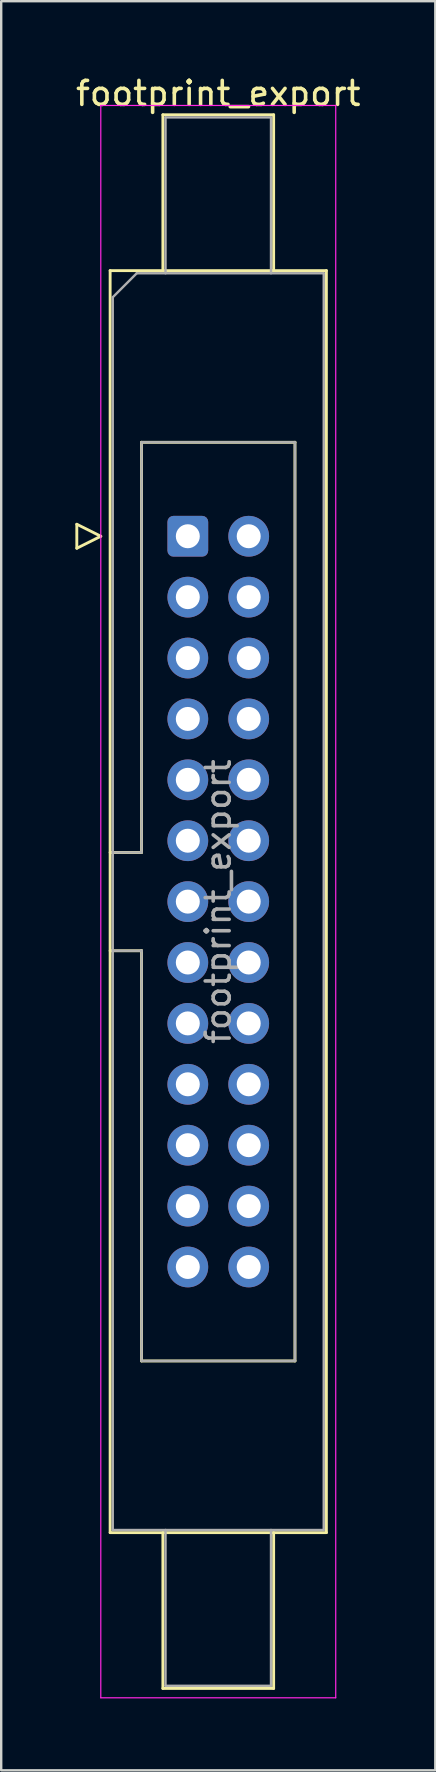
<source format=kicad_pcb>
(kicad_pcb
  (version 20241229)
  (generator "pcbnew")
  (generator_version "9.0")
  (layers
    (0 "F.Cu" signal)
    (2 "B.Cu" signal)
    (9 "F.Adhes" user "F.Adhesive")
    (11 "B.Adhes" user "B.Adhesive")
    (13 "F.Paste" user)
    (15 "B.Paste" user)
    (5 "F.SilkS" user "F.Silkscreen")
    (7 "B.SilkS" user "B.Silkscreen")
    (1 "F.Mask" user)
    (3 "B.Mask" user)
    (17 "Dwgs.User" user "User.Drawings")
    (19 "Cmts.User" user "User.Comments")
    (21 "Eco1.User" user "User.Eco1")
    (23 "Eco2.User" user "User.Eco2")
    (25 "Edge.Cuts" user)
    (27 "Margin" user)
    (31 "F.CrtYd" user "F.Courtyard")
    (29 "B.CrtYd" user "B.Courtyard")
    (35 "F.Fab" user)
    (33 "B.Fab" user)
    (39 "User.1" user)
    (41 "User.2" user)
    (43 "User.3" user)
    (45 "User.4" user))
  (footprint "footprint_export"
    (layer "F.Cu")
    (at 4.784 19.318)
    (property "Reference" "footprint_export" (at 1.27 -18.47 0) (layer "F.SilkS") (effects (font (size 1 1) (thickness 0.15))))
    (attr through_hole)
    (fp_line (start -4.63 -0.5) (end -4.63 0.5) (stroke (width 0.12) (type solid)) (layer "F.SilkS"))
    (fp_line (start -4.63 0.5) (end -3.63 0) (stroke (width 0.12) (type solid)) (layer "F.SilkS"))
    (fp_line (start -3.63 0) (end -4.63 -0.5) (stroke (width 0.12) (type solid)) (layer "F.SilkS"))
    (fp_line (start -3.24 -11.08) (end 5.78 -11.08) (stroke (width 0.12) (type solid)) (layer "F.SilkS"))
    (fp_line (start -3.24 13.19) (end -1.93 13.19) (stroke (width 0.12) (type solid)) (layer "F.SilkS"))
    (fp_line (start -3.24 41.56) (end -3.24 -11.08) (stroke (width 0.12) (type solid)) (layer "F.SilkS"))
    (fp_line (start -1.93 -3.92) (end 4.47 -3.92) (stroke (width 0.12) (type solid)) (layer "F.SilkS"))
    (fp_line (start -1.93 13.19) (end -1.93 -3.92) (stroke (width 0.12) (type solid)) (layer "F.SilkS"))
    (fp_line (start -1.93 17.29) (end -3.24 17.29) (stroke (width 0.12) (type solid)) (layer "F.SilkS"))
    (fp_line (start -1.93 17.29) (end -1.93 17.29) (stroke (width 0.12) (type solid)) (layer "F.SilkS"))
    (fp_line (start -1.93 34.4) (end -1.93 17.29) (stroke (width 0.12) (type solid)) (layer "F.SilkS"))
    (fp_line (start -1.04 -17.58) (end 3.58 -17.58) (stroke (width 0.12) (type solid)) (layer "F.SilkS"))
    (fp_line (start -1.04 -11.08) (end -1.04 -17.58) (stroke (width 0.12) (type solid)) (layer "F.SilkS"))
    (fp_line (start -1.04 41.56) (end -1.04 48.06) (stroke (width 0.12) (type solid)) (layer "F.SilkS"))
    (fp_line (start -1.04 48.06) (end 3.58 48.06) (stroke (width 0.12) (type solid)) (layer "F.SilkS"))
    (fp_line (start 3.58 -17.58) (end 3.58 -11.08) (stroke (width 0.12) (type solid)) (layer "F.SilkS"))
    (fp_line (start 3.58 48.06) (end 3.58 41.56) (stroke (width 0.12) (type solid)) (layer "F.SilkS"))
    (fp_line (start 4.47 -3.92) (end 4.47 34.4) (stroke (width 0.12) (type solid)) (layer "F.SilkS"))
    (fp_line (start 4.47 34.4) (end -1.93 34.4) (stroke (width 0.12) (type solid)) (layer "F.SilkS"))
    (fp_line (start 5.78 -11.08) (end 5.78 41.56) (stroke (width 0.12) (type solid)) (layer "F.SilkS"))
    (fp_line (start 5.78 41.56) (end -3.24 41.56) (stroke (width 0.12) (type solid)) (layer "F.SilkS"))
    (fp_line (start -3.63 -17.97) (end -3.63 48.45) (stroke (width 0.05) (type solid)) (layer "F.CrtYd"))
    (fp_line (start -3.63 48.45) (end 6.17 48.45) (stroke (width 0.05) (type solid)) (layer "F.CrtYd"))
    (fp_line (start 6.17 -17.97) (end -3.63 -17.97) (stroke (width 0.05) (type solid)) (layer "F.CrtYd"))
    (fp_line (start 6.17 48.45) (end 6.17 -17.97) (stroke (width 0.05) (type solid)) (layer "F.CrtYd"))
    (fp_line (start -3.13 -9.97) (end -2.13 -10.97) (stroke (width 0.1) (type solid)) (layer "F.Fab"))
    (fp_line (start -3.13 13.19) (end -1.93 13.19) (stroke (width 0.1) (type solid)) (layer "F.Fab"))
    (fp_line (start -3.13 41.45) (end -3.13 -9.97) (stroke (width 0.1) (type solid)) (layer "F.Fab"))
    (fp_line (start -2.13 -10.97) (end 5.67 -10.97) (stroke (width 0.1) (type solid)) (layer "F.Fab"))
    (fp_line (start -1.93 -3.92) (end 4.47 -3.92) (stroke (width 0.1) (type solid)) (layer "F.Fab"))
    (fp_line (start -1.93 13.19) (end -1.93 -3.92) (stroke (width 0.1) (type solid)) (layer "F.Fab"))
    (fp_line (start -1.93 17.29) (end -3.13 17.29) (stroke (width 0.1) (type solid)) (layer "F.Fab"))
    (fp_line (start -1.93 17.29) (end -1.93 17.29) (stroke (width 0.1) (type solid)) (layer "F.Fab"))
    (fp_line (start -1.93 34.4) (end -1.93 17.29) (stroke (width 0.1) (type solid)) (layer "F.Fab"))
    (fp_line (start -0.93 -17.47) (end 3.47 -17.47) (stroke (width 0.1) (type solid)) (layer "F.Fab"))
    (fp_line (start -0.93 -10.97) (end -0.93 -17.47) (stroke (width 0.1) (type solid)) (layer "F.Fab"))
    (fp_line (start -0.93 41.45) (end -0.93 47.95) (stroke (width 0.1) (type solid)) (layer "F.Fab"))
    (fp_line (start -0.93 47.95) (end 3.47 47.95) (stroke (width 0.1) (type solid)) (layer "F.Fab"))
    (fp_line (start 3.47 -17.47) (end 3.47 -10.97) (stroke (width 0.1) (type solid)) (layer "F.Fab"))
    (fp_line (start 3.47 47.95) (end 3.47 41.45) (stroke (width 0.1) (type solid)) (layer "F.Fab"))
    (fp_line (start 4.47 -3.92) (end 4.47 34.4) (stroke (width 0.1) (type solid)) (layer "F.Fab"))
    (fp_line (start 4.47 34.4) (end -1.93 34.4) (stroke (width 0.1) (type solid)) (layer "F.Fab"))
    (fp_line (start 5.67 -10.97) (end 5.67 41.45) (stroke (width 0.1) (type solid)) (layer "F.Fab"))
    (fp_line (start 5.67 41.45) (end -3.13 41.45) (stroke (width 0.1) (type solid)) (layer "F.Fab"))
    (fp_text user "${REFERENCE}" (at 1.27 15.24 90) (layer "F.Fab") (effects (font (size 1 1) (thickness 0.15))))
    (pad "1" thru_hole roundrect (at 0 0) (size 1.7 1.7) (drill 1) (layers "*.Cu" "*.Mask") (roundrect_rratio 0.147))
    (pad "2" thru_hole circle (at 2.54 0) (size 1.7 1.7) (drill 1) (layers "*.Cu" "*.Mask"))
    (pad "3" thru_hole circle (at 0 2.54) (size 1.7 1.7) (drill 1) (layers "*.Cu" "*.Mask"))
    (pad "4" thru_hole circle (at 2.54 2.54) (size 1.7 1.7) (drill 1) (layers "*.Cu" "*.Mask"))
    (pad "5" thru_hole circle (at 0 5.08) (size 1.7 1.7) (drill 1) (layers "*.Cu" "*.Mask"))
    (pad "6" thru_hole circle (at 2.54 5.08) (size 1.7 1.7) (drill 1) (layers "*.Cu" "*.Mask"))
    (pad "7" thru_hole circle (at 0 7.62) (size 1.7 1.7) (drill 1) (layers "*.Cu" "*.Mask"))
    (pad "8" thru_hole circle (at 2.54 7.62) (size 1.7 1.7) (drill 1) (layers "*.Cu" "*.Mask"))
    (pad "9" thru_hole circle (at 0 10.16) (size 1.7 1.7) (drill 1) (layers "*.Cu" "*.Mask"))
    (pad "10" thru_hole circle (at 2.54 10.16) (size 1.7 1.7) (drill 1) (layers "*.Cu" "*.Mask"))
    (pad "11" thru_hole circle (at 0 12.7) (size 1.7 1.7) (drill 1) (layers "*.Cu" "*.Mask"))
    (pad "12" thru_hole circle (at 2.54 12.7) (size 1.7 1.7) (drill 1) (layers "*.Cu" "*.Mask"))
    (pad "13" thru_hole circle (at 0 15.24) (size 1.7 1.7) (drill 1) (layers "*.Cu" "*.Mask"))
    (pad "14" thru_hole circle (at 2.54 15.24) (size 1.7 1.7) (drill 1) (layers "*.Cu" "*.Mask"))
    (pad "15" thru_hole circle (at 0 17.78) (size 1.7 1.7) (drill 1) (layers "*.Cu" "*.Mask"))
    (pad "16" thru_hole circle (at 2.54 17.78) (size 1.7 1.7) (drill 1) (layers "*.Cu" "*.Mask"))
    (pad "17" thru_hole circle (at 0 20.32) (size 1.7 1.7) (drill 1) (layers "*.Cu" "*.Mask"))
    (pad "18" thru_hole circle (at 2.54 20.32) (size 1.7 1.7) (drill 1) (layers "*.Cu" "*.Mask"))
    (pad "19" thru_hole circle (at 0 22.86) (size 1.7 1.7) (drill 1) (layers "*.Cu" "*.Mask"))
    (pad "20" thru_hole circle (at 2.54 22.86) (size 1.7 1.7) (drill 1) (layers "*.Cu" "*.Mask"))
    (pad "21" thru_hole circle (at 0 25.4) (size 1.7 1.7) (drill 1) (layers "*.Cu" "*.Mask"))
    (pad "22" thru_hole circle (at 2.54 25.4) (size 1.7 1.7) (drill 1) (layers "*.Cu" "*.Mask"))
    (pad "23" thru_hole circle (at 0 27.94) (size 1.7 1.7) (drill 1) (layers "*.Cu" "*.Mask"))
    (pad "24" thru_hole circle (at 2.54 27.94) (size 1.7 1.7) (drill 1) (layers "*.Cu" "*.Mask"))
    (pad "25" thru_hole circle (at 0 30.48) (size 1.7 1.7) (drill 1) (layers "*.Cu" "*.Mask"))
    (pad "26" thru_hole circle (at 2.54 30.48) (size 1.7 1.7) (drill 1) (layers "*.Cu" "*.Mask")))
  (gr_rect
    (start -3 -3)
    (end 15.107 70.793)
    (stroke (width 0.1) (type default))
    (fill no)
    (layer "Edge.Cuts")))
</source>
